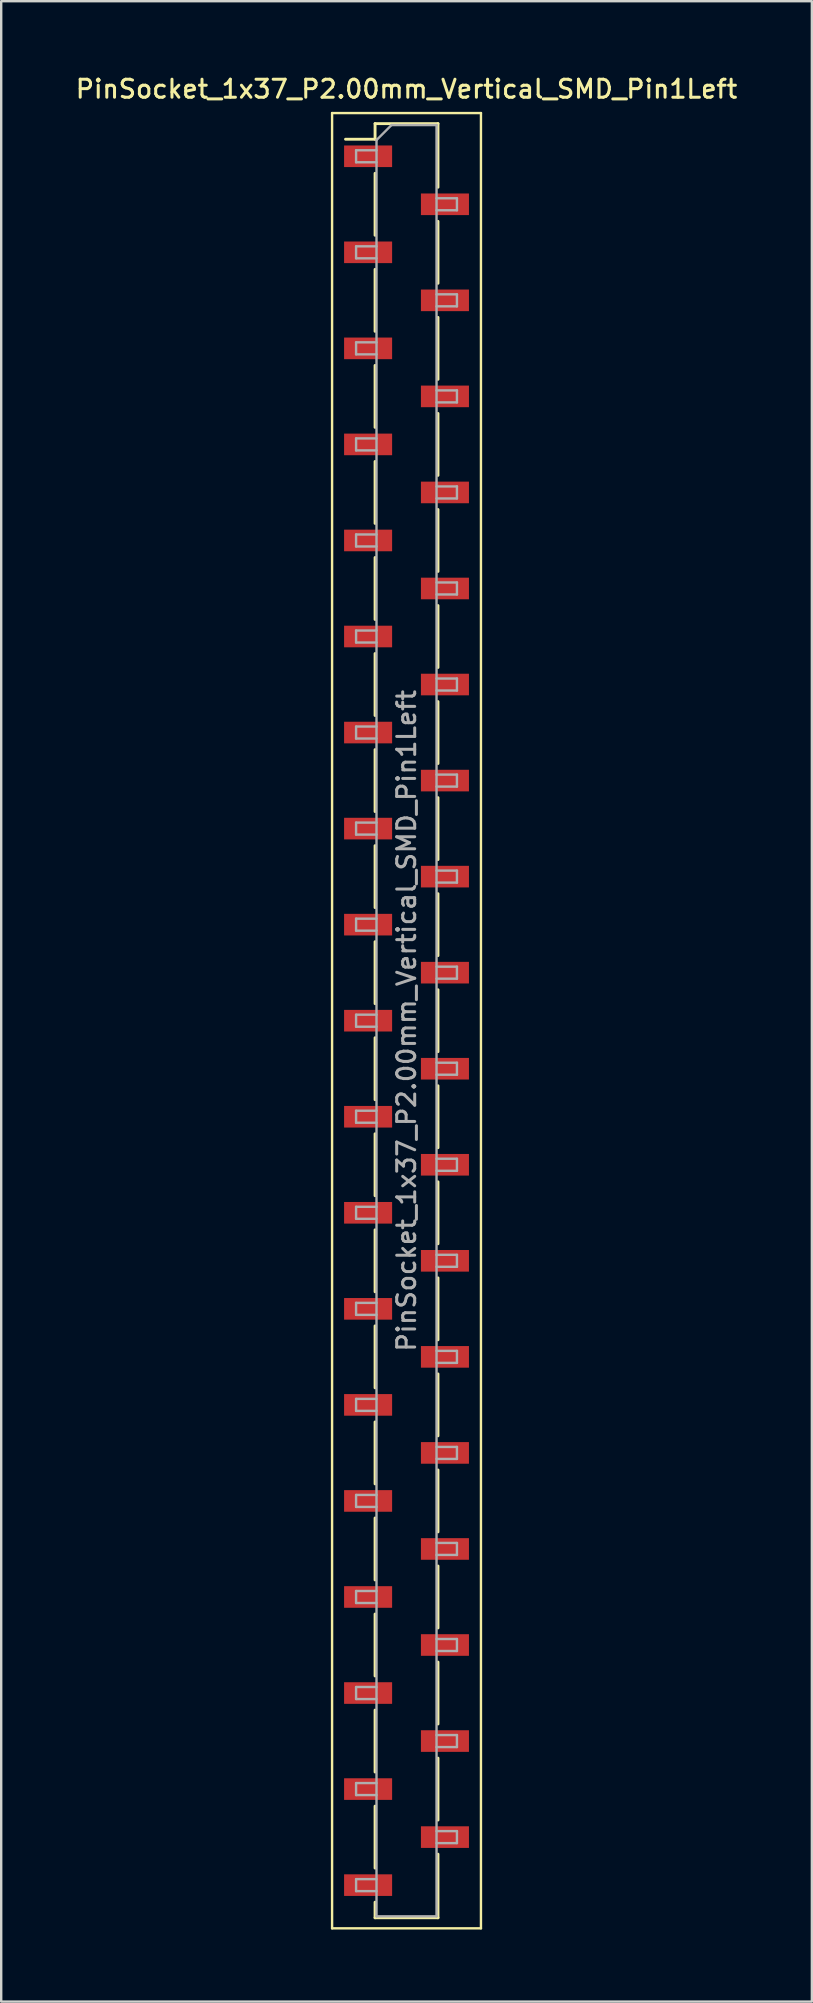
<source format=kicad_pcb>
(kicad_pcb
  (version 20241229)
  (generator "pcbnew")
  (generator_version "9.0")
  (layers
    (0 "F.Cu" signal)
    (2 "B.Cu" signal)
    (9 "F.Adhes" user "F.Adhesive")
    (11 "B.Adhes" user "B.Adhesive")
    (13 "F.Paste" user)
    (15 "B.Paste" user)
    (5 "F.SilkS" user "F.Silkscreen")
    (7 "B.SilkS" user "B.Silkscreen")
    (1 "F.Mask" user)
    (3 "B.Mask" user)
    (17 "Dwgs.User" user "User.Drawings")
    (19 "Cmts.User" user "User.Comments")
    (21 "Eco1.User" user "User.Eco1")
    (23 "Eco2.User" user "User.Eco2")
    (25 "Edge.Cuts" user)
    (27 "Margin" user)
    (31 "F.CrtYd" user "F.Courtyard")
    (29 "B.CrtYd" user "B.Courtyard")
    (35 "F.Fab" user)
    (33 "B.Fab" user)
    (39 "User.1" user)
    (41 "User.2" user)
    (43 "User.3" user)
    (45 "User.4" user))
  (footprint "PinSocket_1x37_P2.00mm_Vertical_SMD_Pin1Left"
    (layer "F.Cu")
    (at 13.88 39.458)
    (property "Reference" "PinSocket_1x37_P2.00mm_Vertical_SMD_Pin1Left" (at 0 -38.8 0) (layer "F.SilkS") (effects (font (size 0.75 0.75) (thickness 0.125))))
    (attr smd)
    (fp_line (start -3.1 -37.8) (end 3.1 -37.8) (stroke (width 0.1) (type solid)) (layer "F.SilkS"))
    (fp_line (start -3.1 37.8) (end -3.1 -37.8) (stroke (width 0.1) (type solid)) (layer "F.SilkS"))
    (fp_line (start -2.54 -36.71) (end -1.31 -36.71) (stroke (width 0.12) (type solid)) (layer "F.SilkS"))
    (fp_line (start -1.31 -37.36) (end -1.31 -36.71) (stroke (width 0.12) (type solid)) (layer "F.SilkS"))
    (fp_line (start -1.31 -37.36) (end 1.31 -37.36) (stroke (width 0.12) (type solid)) (layer "F.SilkS"))
    (fp_line (start -1.31 -35.29) (end -1.31 -32.71) (stroke (width 0.12) (type solid)) (layer "F.SilkS"))
    (fp_line (start -1.31 -31.29) (end -1.31 -28.71) (stroke (width 0.12) (type solid)) (layer "F.SilkS"))
    (fp_line (start -1.31 -27.29) (end -1.31 -24.71) (stroke (width 0.12) (type solid)) (layer "F.SilkS"))
    (fp_line (start -1.31 -23.29) (end -1.31 -20.71) (stroke (width 0.12) (type solid)) (layer "F.SilkS"))
    (fp_line (start -1.31 -19.29) (end -1.31 -16.71) (stroke (width 0.12) (type solid)) (layer "F.SilkS"))
    (fp_line (start -1.31 -15.29) (end -1.31 -12.71) (stroke (width 0.12) (type solid)) (layer "F.SilkS"))
    (fp_line (start -1.31 -11.29) (end -1.31 -8.71) (stroke (width 0.12) (type solid)) (layer "F.SilkS"))
    (fp_line (start -1.31 -7.29) (end -1.31 -4.71) (stroke (width 0.12) (type solid)) (layer "F.SilkS"))
    (fp_line (start -1.31 -3.29) (end -1.31 -0.71) (stroke (width 0.12) (type solid)) (layer "F.SilkS"))
    (fp_line (start -1.31 0.71) (end -1.31 3.29) (stroke (width 0.12) (type solid)) (layer "F.SilkS"))
    (fp_line (start -1.31 4.71) (end -1.31 7.29) (stroke (width 0.12) (type solid)) (layer "F.SilkS"))
    (fp_line (start -1.31 8.71) (end -1.31 11.29) (stroke (width 0.12) (type solid)) (layer "F.SilkS"))
    (fp_line (start -1.31 12.71) (end -1.31 15.29) (stroke (width 0.12) (type solid)) (layer "F.SilkS"))
    (fp_line (start -1.31 16.71) (end -1.31 19.29) (stroke (width 0.12) (type solid)) (layer "F.SilkS"))
    (fp_line (start -1.31 20.71) (end -1.31 23.29) (stroke (width 0.12) (type solid)) (layer "F.SilkS"))
    (fp_line (start -1.31 24.71) (end -1.31 27.29) (stroke (width 0.12) (type solid)) (layer "F.SilkS"))
    (fp_line (start -1.31 28.71) (end -1.31 31.29) (stroke (width 0.12) (type solid)) (layer "F.SilkS"))
    (fp_line (start -1.31 32.71) (end -1.31 35.29) (stroke (width 0.12) (type solid)) (layer "F.SilkS"))
    (fp_line (start -1.31 36.71) (end -1.31 37.36) (stroke (width 0.12) (type solid)) (layer "F.SilkS"))
    (fp_line (start -1.31 37.36) (end 1.31 37.36) (stroke (width 0.12) (type solid)) (layer "F.SilkS"))
    (fp_line (start 1.31 -37.36) (end 1.31 -34.71) (stroke (width 0.12) (type solid)) (layer "F.SilkS"))
    (fp_line (start 1.31 -33.29) (end 1.31 -30.71) (stroke (width 0.12) (type solid)) (layer "F.SilkS"))
    (fp_line (start 1.31 -29.29) (end 1.31 -26.71) (stroke (width 0.12) (type solid)) (layer "F.SilkS"))
    (fp_line (start 1.31 -25.29) (end 1.31 -22.71) (stroke (width 0.12) (type solid)) (layer "F.SilkS"))
    (fp_line (start 1.31 -21.29) (end 1.31 -18.71) (stroke (width 0.12) (type solid)) (layer "F.SilkS"))
    (fp_line (start 1.31 -17.29) (end 1.31 -14.71) (stroke (width 0.12) (type solid)) (layer "F.SilkS"))
    (fp_line (start 1.31 -13.29) (end 1.31 -10.71) (stroke (width 0.12) (type solid)) (layer "F.SilkS"))
    (fp_line (start 1.31 -9.29) (end 1.31 -6.71) (stroke (width 0.12) (type solid)) (layer "F.SilkS"))
    (fp_line (start 1.31 -5.29) (end 1.31 -2.71) (stroke (width 0.12) (type solid)) (layer "F.SilkS"))
    (fp_line (start 1.31 -1.29) (end 1.31 1.29) (stroke (width 0.12) (type solid)) (layer "F.SilkS"))
    (fp_line (start 1.31 2.71) (end 1.31 5.29) (stroke (width 0.12) (type solid)) (layer "F.SilkS"))
    (fp_line (start 1.31 6.71) (end 1.31 9.29) (stroke (width 0.12) (type solid)) (layer "F.SilkS"))
    (fp_line (start 1.31 10.71) (end 1.31 13.29) (stroke (width 0.12) (type solid)) (layer "F.SilkS"))
    (fp_line (start 1.31 14.71) (end 1.31 17.29) (stroke (width 0.12) (type solid)) (layer "F.SilkS"))
    (fp_line (start 1.31 18.71) (end 1.31 21.29) (stroke (width 0.12) (type solid)) (layer "F.SilkS"))
    (fp_line (start 1.31 22.71) (end 1.31 25.29) (stroke (width 0.12) (type solid)) (layer "F.SilkS"))
    (fp_line (start 1.31 26.71) (end 1.31 29.29) (stroke (width 0.12) (type solid)) (layer "F.SilkS"))
    (fp_line (start 1.31 30.71) (end 1.31 33.29) (stroke (width 0.12) (type solid)) (layer "F.SilkS"))
    (fp_line (start 1.31 34.71) (end 1.31 37.36) (stroke (width 0.12) (type solid)) (layer "F.SilkS"))
    (fp_line (start 3.1 -37.8) (end 3.1 37.8) (stroke (width 0.1) (type solid)) (layer "F.SilkS"))
    (fp_line (start 3.1 37.8) (end -3.1 37.8) (stroke (width 0.1) (type solid)) (layer "F.SilkS"))
    (fp_line (start -2.1 -36.25) (end -1.25 -36.25) (stroke (width 0.1) (type solid)) (layer "F.Fab"))
    (fp_line (start -2.1 -35.75) (end -2.1 -36.25) (stroke (width 0.1) (type solid)) (layer "F.Fab"))
    (fp_line (start -2.1 -32.25) (end -1.25 -32.25) (stroke (width 0.1) (type solid)) (layer "F.Fab"))
    (fp_line (start -2.1 -31.75) (end -2.1 -32.25) (stroke (width 0.1) (type solid)) (layer "F.Fab"))
    (fp_line (start -2.1 -28.25) (end -1.25 -28.25) (stroke (width 0.1) (type solid)) (layer "F.Fab"))
    (fp_line (start -2.1 -27.75) (end -2.1 -28.25) (stroke (width 0.1) (type solid)) (layer "F.Fab"))
    (fp_line (start -2.1 -24.25) (end -1.25 -24.25) (stroke (width 0.1) (type solid)) (layer "F.Fab"))
    (fp_line (start -2.1 -23.75) (end -2.1 -24.25) (stroke (width 0.1) (type solid)) (layer "F.Fab"))
    (fp_line (start -2.1 -20.25) (end -1.25 -20.25) (stroke (width 0.1) (type solid)) (layer "F.Fab"))
    (fp_line (start -2.1 -19.75) (end -2.1 -20.25) (stroke (width 0.1) (type solid)) (layer "F.Fab"))
    (fp_line (start -2.1 -16.25) (end -1.25 -16.25) (stroke (width 0.1) (type solid)) (layer "F.Fab"))
    (fp_line (start -2.1 -15.75) (end -2.1 -16.25) (stroke (width 0.1) (type solid)) (layer "F.Fab"))
    (fp_line (start -2.1 -12.25) (end -1.25 -12.25) (stroke (width 0.1) (type solid)) (layer "F.Fab"))
    (fp_line (start -2.1 -11.75) (end -2.1 -12.25) (stroke (width 0.1) (type solid)) (layer "F.Fab"))
    (fp_line (start -2.1 -8.25) (end -1.25 -8.25) (stroke (width 0.1) (type solid)) (layer "F.Fab"))
    (fp_line (start -2.1 -7.75) (end -2.1 -8.25) (stroke (width 0.1) (type solid)) (layer "F.Fab"))
    (fp_line (start -2.1 -4.25) (end -1.25 -4.25) (stroke (width 0.1) (type solid)) (layer "F.Fab"))
    (fp_line (start -2.1 -3.75) (end -2.1 -4.25) (stroke (width 0.1) (type solid)) (layer "F.Fab"))
    (fp_line (start -2.1 -0.25) (end -1.25 -0.25) (stroke (width 0.1) (type solid)) (layer "F.Fab"))
    (fp_line (start -2.1 0.25) (end -2.1 -0.25) (stroke (width 0.1) (type solid)) (layer "F.Fab"))
    (fp_line (start -2.1 3.75) (end -1.25 3.75) (stroke (width 0.1) (type solid)) (layer "F.Fab"))
    (fp_line (start -2.1 4.25) (end -2.1 3.75) (stroke (width 0.1) (type solid)) (layer "F.Fab"))
    (fp_line (start -2.1 7.75) (end -1.25 7.75) (stroke (width 0.1) (type solid)) (layer "F.Fab"))
    (fp_line (start -2.1 8.25) (end -2.1 7.75) (stroke (width 0.1) (type solid)) (layer "F.Fab"))
    (fp_line (start -2.1 11.75) (end -1.25 11.75) (stroke (width 0.1) (type solid)) (layer "F.Fab"))
    (fp_line (start -2.1 12.25) (end -2.1 11.75) (stroke (width 0.1) (type solid)) (layer "F.Fab"))
    (fp_line (start -2.1 15.75) (end -1.25 15.75) (stroke (width 0.1) (type solid)) (layer "F.Fab"))
    (fp_line (start -2.1 16.25) (end -2.1 15.75) (stroke (width 0.1) (type solid)) (layer "F.Fab"))
    (fp_line (start -2.1 19.75) (end -1.25 19.75) (stroke (width 0.1) (type solid)) (layer "F.Fab"))
    (fp_line (start -2.1 20.25) (end -2.1 19.75) (stroke (width 0.1) (type solid)) (layer "F.Fab"))
    (fp_line (start -2.1 23.75) (end -1.25 23.75) (stroke (width 0.1) (type solid)) (layer "F.Fab"))
    (fp_line (start -2.1 24.25) (end -2.1 23.75) (stroke (width 0.1) (type solid)) (layer "F.Fab"))
    (fp_line (start -2.1 27.75) (end -1.25 27.75) (stroke (width 0.1) (type solid)) (layer "F.Fab"))
    (fp_line (start -2.1 28.25) (end -2.1 27.75) (stroke (width 0.1) (type solid)) (layer "F.Fab"))
    (fp_line (start -2.1 31.75) (end -1.25 31.75) (stroke (width 0.1) (type solid)) (layer "F.Fab"))
    (fp_line (start -2.1 32.25) (end -2.1 31.75) (stroke (width 0.1) (type solid)) (layer "F.Fab"))
    (fp_line (start -2.1 35.75) (end -1.25 35.75) (stroke (width 0.1) (type solid)) (layer "F.Fab"))
    (fp_line (start -2.1 36.25) (end -2.1 35.75) (stroke (width 0.1) (type solid)) (layer "F.Fab"))
    (fp_line (start -1.25 -36.675) (end -0.625 -37.3) (stroke (width 0.1) (type solid)) (layer "F.Fab"))
    (fp_line (start -1.25 -35.75) (end -2.1 -35.75) (stroke (width 0.1) (type solid)) (layer "F.Fab"))
    (fp_line (start -1.25 -31.75) (end -2.1 -31.75) (stroke (width 0.1) (type solid)) (layer "F.Fab"))
    (fp_line (start -1.25 -27.75) (end -2.1 -27.75) (stroke (width 0.1) (type solid)) (layer "F.Fab"))
    (fp_line (start -1.25 -23.75) (end -2.1 -23.75) (stroke (width 0.1) (type solid)) (layer "F.Fab"))
    (fp_line (start -1.25 -19.75) (end -2.1 -19.75) (stroke (width 0.1) (type solid)) (layer "F.Fab"))
    (fp_line (start -1.25 -15.75) (end -2.1 -15.75) (stroke (width 0.1) (type solid)) (layer "F.Fab"))
    (fp_line (start -1.25 -11.75) (end -2.1 -11.75) (stroke (width 0.1) (type solid)) (layer "F.Fab"))
    (fp_line (start -1.25 -7.75) (end -2.1 -7.75) (stroke (width 0.1) (type solid)) (layer "F.Fab"))
    (fp_line (start -1.25 -3.75) (end -2.1 -3.75) (stroke (width 0.1) (type solid)) (layer "F.Fab"))
    (fp_line (start -1.25 0.25) (end -2.1 0.25) (stroke (width 0.1) (type solid)) (layer "F.Fab"))
    (fp_line (start -1.25 4.25) (end -2.1 4.25) (stroke (width 0.1) (type solid)) (layer "F.Fab"))
    (fp_line (start -1.25 8.25) (end -2.1 8.25) (stroke (width 0.1) (type solid)) (layer "F.Fab"))
    (fp_line (start -1.25 12.25) (end -2.1 12.25) (stroke (width 0.1) (type solid)) (layer "F.Fab"))
    (fp_line (start -1.25 16.25) (end -2.1 16.25) (stroke (width 0.1) (type solid)) (layer "F.Fab"))
    (fp_line (start -1.25 20.25) (end -2.1 20.25) (stroke (width 0.1) (type solid)) (layer "F.Fab"))
    (fp_line (start -1.25 24.25) (end -2.1 24.25) (stroke (width 0.1) (type solid)) (layer "F.Fab"))
    (fp_line (start -1.25 28.25) (end -2.1 28.25) (stroke (width 0.1) (type solid)) (layer "F.Fab"))
    (fp_line (start -1.25 32.25) (end -2.1 32.25) (stroke (width 0.1) (type solid)) (layer "F.Fab"))
    (fp_line (start -1.25 36.25) (end -2.1 36.25) (stroke (width 0.1) (type solid)) (layer "F.Fab"))
    (fp_line (start -1.25 37.3) (end -1.25 -36.675) (stroke (width 0.1) (type solid)) (layer "F.Fab"))
    (fp_line (start -0.625 -37.3) (end 1.25 -37.3) (stroke (width 0.1) (type solid)) (layer "F.Fab"))
    (fp_line (start 1.25 -37.3) (end 1.25 37.3) (stroke (width 0.1) (type solid)) (layer "F.Fab"))
    (fp_line (start 1.25 -34.25) (end 2.1 -34.25) (stroke (width 0.1) (type solid)) (layer "F.Fab"))
    (fp_line (start 1.25 -30.25) (end 2.1 -30.25) (stroke (width 0.1) (type solid)) (layer "F.Fab"))
    (fp_line (start 1.25 -26.25) (end 2.1 -26.25) (stroke (width 0.1) (type solid)) (layer "F.Fab"))
    (fp_line (start 1.25 -22.25) (end 2.1 -22.25) (stroke (width 0.1) (type solid)) (layer "F.Fab"))
    (fp_line (start 1.25 -18.25) (end 2.1 -18.25) (stroke (width 0.1) (type solid)) (layer "F.Fab"))
    (fp_line (start 1.25 -14.25) (end 2.1 -14.25) (stroke (width 0.1) (type solid)) (layer "F.Fab"))
    (fp_line (start 1.25 -10.25) (end 2.1 -10.25) (stroke (width 0.1) (type solid)) (layer "F.Fab"))
    (fp_line (start 1.25 -6.25) (end 2.1 -6.25) (stroke (width 0.1) (type solid)) (layer "F.Fab"))
    (fp_line (start 1.25 -2.25) (end 2.1 -2.25) (stroke (width 0.1) (type solid)) (layer "F.Fab"))
    (fp_line (start 1.25 1.75) (end 2.1 1.75) (stroke (width 0.1) (type solid)) (layer "F.Fab"))
    (fp_line (start 1.25 5.75) (end 2.1 5.75) (stroke (width 0.1) (type solid)) (layer "F.Fab"))
    (fp_line (start 1.25 9.75) (end 2.1 9.75) (stroke (width 0.1) (type solid)) (layer "F.Fab"))
    (fp_line (start 1.25 13.75) (end 2.1 13.75) (stroke (width 0.1) (type solid)) (layer "F.Fab"))
    (fp_line (start 1.25 17.75) (end 2.1 17.75) (stroke (width 0.1) (type solid)) (layer "F.Fab"))
    (fp_line (start 1.25 21.75) (end 2.1 21.75) (stroke (width 0.1) (type solid)) (layer "F.Fab"))
    (fp_line (start 1.25 25.75) (end 2.1 25.75) (stroke (width 0.1) (type solid)) (layer "F.Fab"))
    (fp_line (start 1.25 29.75) (end 2.1 29.75) (stroke (width 0.1) (type solid)) (layer "F.Fab"))
    (fp_line (start 1.25 33.75) (end 2.1 33.75) (stroke (width 0.1) (type solid)) (layer "F.Fab"))
    (fp_line (start 1.25 37.3) (end -1.25 37.3) (stroke (width 0.1) (type solid)) (layer "F.Fab"))
    (fp_line (start 2.1 -34.25) (end 2.1 -33.75) (stroke (width 0.1) (type solid)) (layer "F.Fab"))
    (fp_line (start 2.1 -33.75) (end 1.25 -33.75) (stroke (width 0.1) (type solid)) (layer "F.Fab"))
    (fp_line (start 2.1 -30.25) (end 2.1 -29.75) (stroke (width 0.1) (type solid)) (layer "F.Fab"))
    (fp_line (start 2.1 -29.75) (end 1.25 -29.75) (stroke (width 0.1) (type solid)) (layer "F.Fab"))
    (fp_line (start 2.1 -26.25) (end 2.1 -25.75) (stroke (width 0.1) (type solid)) (layer "F.Fab"))
    (fp_line (start 2.1 -25.75) (end 1.25 -25.75) (stroke (width 0.1) (type solid)) (layer "F.Fab"))
    (fp_line (start 2.1 -22.25) (end 2.1 -21.75) (stroke (width 0.1) (type solid)) (layer "F.Fab"))
    (fp_line (start 2.1 -21.75) (end 1.25 -21.75) (stroke (width 0.1) (type solid)) (layer "F.Fab"))
    (fp_line (start 2.1 -18.25) (end 2.1 -17.75) (stroke (width 0.1) (type solid)) (layer "F.Fab"))
    (fp_line (start 2.1 -17.75) (end 1.25 -17.75) (stroke (width 0.1) (type solid)) (layer "F.Fab"))
    (fp_line (start 2.1 -14.25) (end 2.1 -13.75) (stroke (width 0.1) (type solid)) (layer "F.Fab"))
    (fp_line (start 2.1 -13.75) (end 1.25 -13.75) (stroke (width 0.1) (type solid)) (layer "F.Fab"))
    (fp_line (start 2.1 -10.25) (end 2.1 -9.75) (stroke (width 0.1) (type solid)) (layer "F.Fab"))
    (fp_line (start 2.1 -9.75) (end 1.25 -9.75) (stroke (width 0.1) (type solid)) (layer "F.Fab"))
    (fp_line (start 2.1 -6.25) (end 2.1 -5.75) (stroke (width 0.1) (type solid)) (layer "F.Fab"))
    (fp_line (start 2.1 -5.75) (end 1.25 -5.75) (stroke (width 0.1) (type solid)) (layer "F.Fab"))
    (fp_line (start 2.1 -2.25) (end 2.1 -1.75) (stroke (width 0.1) (type solid)) (layer "F.Fab"))
    (fp_line (start 2.1 -1.75) (end 1.25 -1.75) (stroke (width 0.1) (type solid)) (layer "F.Fab"))
    (fp_line (start 2.1 1.75) (end 2.1 2.25) (stroke (width 0.1) (type solid)) (layer "F.Fab"))
    (fp_line (start 2.1 2.25) (end 1.25 2.25) (stroke (width 0.1) (type solid)) (layer "F.Fab"))
    (fp_line (start 2.1 5.75) (end 2.1 6.25) (stroke (width 0.1) (type solid)) (layer "F.Fab"))
    (fp_line (start 2.1 6.25) (end 1.25 6.25) (stroke (width 0.1) (type solid)) (layer "F.Fab"))
    (fp_line (start 2.1 9.75) (end 2.1 10.25) (stroke (width 0.1) (type solid)) (layer "F.Fab"))
    (fp_line (start 2.1 10.25) (end 1.25 10.25) (stroke (width 0.1) (type solid)) (layer "F.Fab"))
    (fp_line (start 2.1 13.75) (end 2.1 14.25) (stroke (width 0.1) (type solid)) (layer "F.Fab"))
    (fp_line (start 2.1 14.25) (end 1.25 14.25) (stroke (width 0.1) (type solid)) (layer "F.Fab"))
    (fp_line (start 2.1 17.75) (end 2.1 18.25) (stroke (width 0.1) (type solid)) (layer "F.Fab"))
    (fp_line (start 2.1 18.25) (end 1.25 18.25) (stroke (width 0.1) (type solid)) (layer "F.Fab"))
    (fp_line (start 2.1 21.75) (end 2.1 22.25) (stroke (width 0.1) (type solid)) (layer "F.Fab"))
    (fp_line (start 2.1 22.25) (end 1.25 22.25) (stroke (width 0.1) (type solid)) (layer "F.Fab"))
    (fp_line (start 2.1 25.75) (end 2.1 26.25) (stroke (width 0.1) (type solid)) (layer "F.Fab"))
    (fp_line (start 2.1 26.25) (end 1.25 26.25) (stroke (width 0.1) (type solid)) (layer "F.Fab"))
    (fp_line (start 2.1 29.75) (end 2.1 30.25) (stroke (width 0.1) (type solid)) (layer "F.Fab"))
    (fp_line (start 2.1 30.25) (end 1.25 30.25) (stroke (width 0.1) (type solid)) (layer "F.Fab"))
    (fp_line (start 2.1 33.75) (end 2.1 34.25) (stroke (width 0.1) (type solid)) (layer "F.Fab"))
    (fp_line (start 2.1 34.25) (end 1.25 34.25) (stroke (width 0.1) (type solid)) (layer "F.Fab"))
    (fp_text user "${REFERENCE}" (at 0 0 90) (layer "F.Fab") (effects (font (size 0.75 0.75) (thickness 0.125))))
    (pad "1" smd rect (at -1.6 -36) (size 2 0.9) (layers "F.Cu" "F.Mask" "F.Paste"))
    (pad "2" smd rect (at 1.6 -34) (size 2 0.9) (layers "F.Cu" "F.Mask" "F.Paste"))
    (pad "3" smd rect (at -1.6 -32) (size 2 0.9) (layers "F.Cu" "F.Mask" "F.Paste"))
    (pad "4" smd rect (at 1.6 -30) (size 2 0.9) (layers "F.Cu" "F.Mask" "F.Paste"))
    (pad "5" smd rect (at -1.6 -28) (size 2 0.9) (layers "F.Cu" "F.Mask" "F.Paste"))
    (pad "6" smd rect (at 1.6 -26) (size 2 0.9) (layers "F.Cu" "F.Mask" "F.Paste"))
    (pad "7" smd rect (at -1.6 -24) (size 2 0.9) (layers "F.Cu" "F.Mask" "F.Paste"))
    (pad "8" smd rect (at 1.6 -22) (size 2 0.9) (layers "F.Cu" "F.Mask" "F.Paste"))
    (pad "9" smd rect (at -1.6 -20) (size 2 0.9) (layers "F.Cu" "F.Mask" "F.Paste"))
    (pad "10" smd rect (at 1.6 -18) (size 2 0.9) (layers "F.Cu" "F.Mask" "F.Paste"))
    (pad "11" smd rect (at -1.6 -16) (size 2 0.9) (layers "F.Cu" "F.Mask" "F.Paste"))
    (pad "12" smd rect (at 1.6 -14) (size 2 0.9) (layers "F.Cu" "F.Mask" "F.Paste"))
    (pad "13" smd rect (at -1.6 -12) (size 2 0.9) (layers "F.Cu" "F.Mask" "F.Paste"))
    (pad "14" smd rect (at 1.6 -10) (size 2 0.9) (layers "F.Cu" "F.Mask" "F.Paste"))
    (pad "15" smd rect (at -1.6 -8) (size 2 0.9) (layers "F.Cu" "F.Mask" "F.Paste"))
    (pad "16" smd rect (at 1.6 -6) (size 2 0.9) (layers "F.Cu" "F.Mask" "F.Paste"))
    (pad "17" smd rect (at -1.6 -4) (size 2 0.9) (layers "F.Cu" "F.Mask" "F.Paste"))
    (pad "18" smd rect (at 1.6 -2) (size 2 0.9) (layers "F.Cu" "F.Mask" "F.Paste"))
    (pad "19" smd rect (at -1.6 0) (size 2 0.9) (layers "F.Cu" "F.Mask" "F.Paste"))
    (pad "20" smd rect (at 1.6 2) (size 2 0.9) (layers "F.Cu" "F.Mask" "F.Paste"))
    (pad "21" smd rect (at -1.6 4) (size 2 0.9) (layers "F.Cu" "F.Mask" "F.Paste"))
    (pad "22" smd rect (at 1.6 6) (size 2 0.9) (layers "F.Cu" "F.Mask" "F.Paste"))
    (pad "23" smd rect (at -1.6 8) (size 2 0.9) (layers "F.Cu" "F.Mask" "F.Paste"))
    (pad "24" smd rect (at 1.6 10) (size 2 0.9) (layers "F.Cu" "F.Mask" "F.Paste"))
    (pad "25" smd rect (at -1.6 12) (size 2 0.9) (layers "F.Cu" "F.Mask" "F.Paste"))
    (pad "26" smd rect (at 1.6 14) (size 2 0.9) (layers "F.Cu" "F.Mask" "F.Paste"))
    (pad "27" smd rect (at -1.6 16) (size 2 0.9) (layers "F.Cu" "F.Mask" "F.Paste"))
    (pad "28" smd rect (at 1.6 18) (size 2 0.9) (layers "F.Cu" "F.Mask" "F.Paste"))
    (pad "29" smd rect (at -1.6 20) (size 2 0.9) (layers "F.Cu" "F.Mask" "F.Paste"))
    (pad "30" smd rect (at 1.6 22) (size 2 0.9) (layers "F.Cu" "F.Mask" "F.Paste"))
    (pad "31" smd rect (at -1.6 24) (size 2 0.9) (layers "F.Cu" "F.Mask" "F.Paste"))
    (pad "32" smd rect (at 1.6 26) (size 2 0.9) (layers "F.Cu" "F.Mask" "F.Paste"))
    (pad "33" smd rect (at -1.6 28) (size 2 0.9) (layers "F.Cu" "F.Mask" "F.Paste"))
    (pad "34" smd rect (at 1.6 30) (size 2 0.9) (layers "F.Cu" "F.Mask" "F.Paste"))
    (pad "35" smd rect (at -1.6 32) (size 2 0.9) (layers "F.Cu" "F.Mask" "F.Paste"))
    (pad "36" smd rect (at 1.6 34) (size 2 0.9) (layers "F.Cu" "F.Mask" "F.Paste"))
    (pad "37" smd rect (at -1.6 36) (size 2 0.9) (layers "F.Cu" "F.Mask" "F.Paste")))
  (gr_rect
    (start -3 -3)
    (end 30.761 80.308)
    (stroke (width 0.1) (type default))
    (fill no)
    (layer "Edge.Cuts")))
</source>
